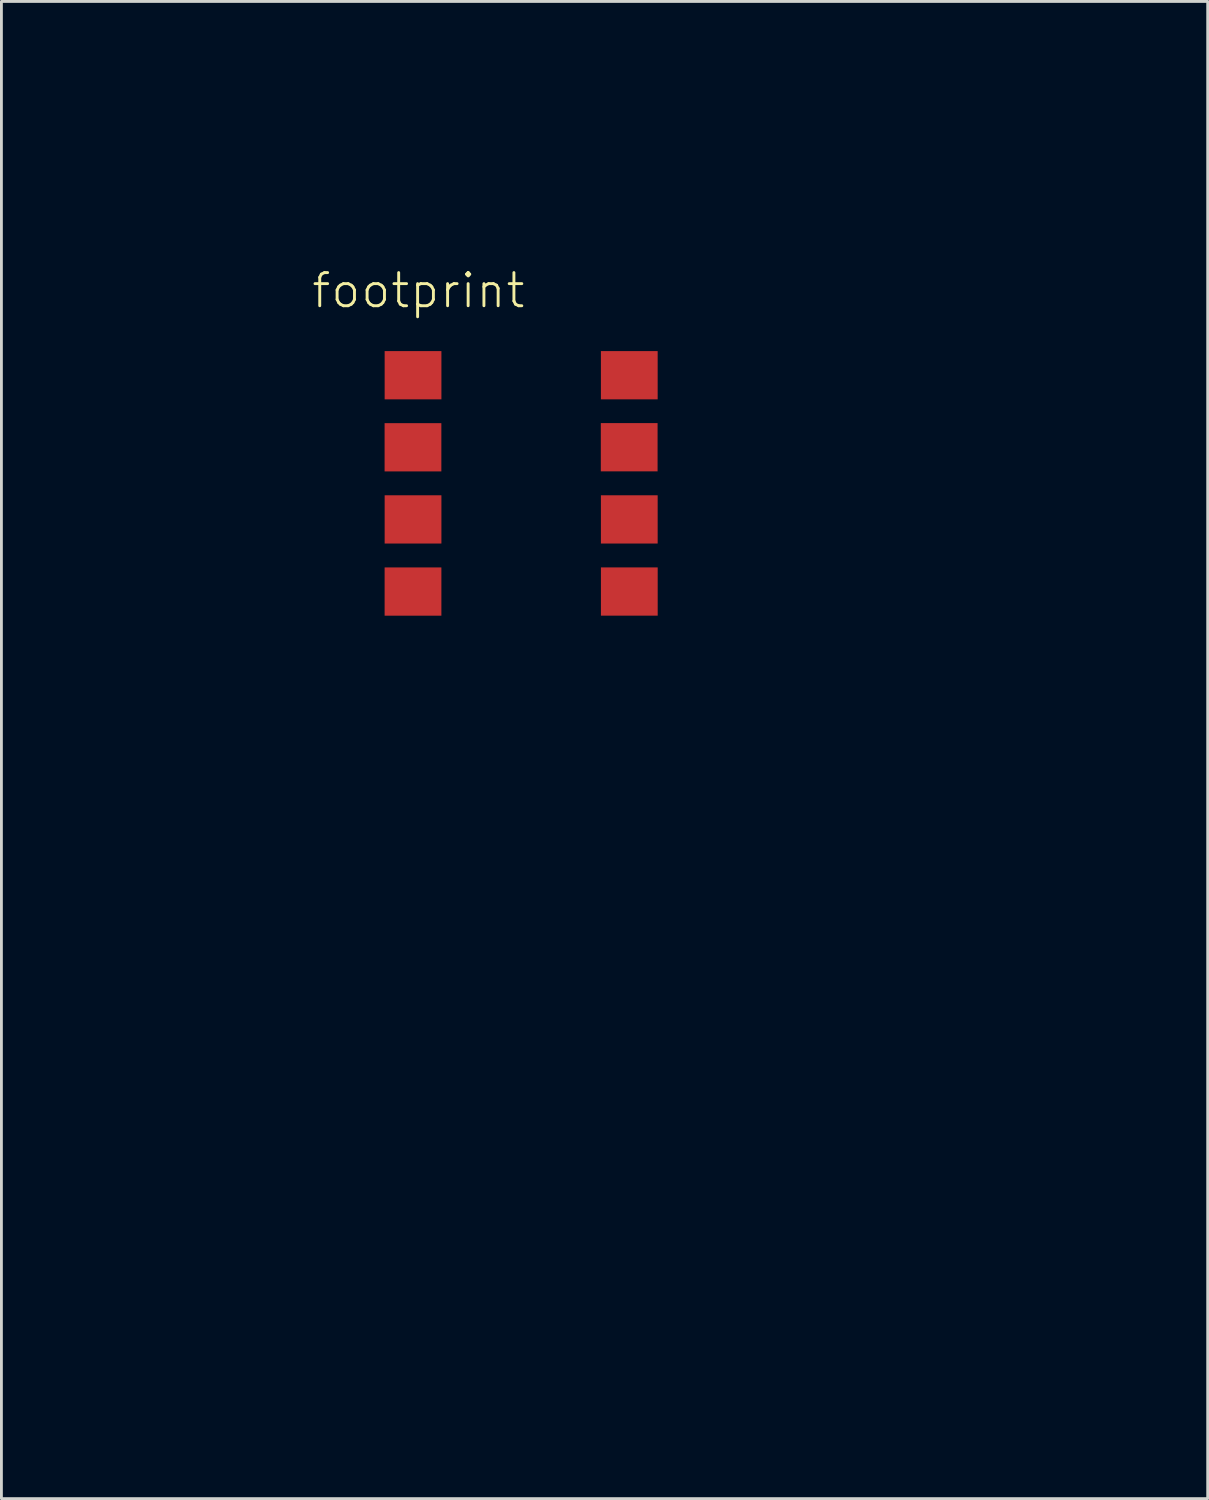
<source format=kicad_pcb>
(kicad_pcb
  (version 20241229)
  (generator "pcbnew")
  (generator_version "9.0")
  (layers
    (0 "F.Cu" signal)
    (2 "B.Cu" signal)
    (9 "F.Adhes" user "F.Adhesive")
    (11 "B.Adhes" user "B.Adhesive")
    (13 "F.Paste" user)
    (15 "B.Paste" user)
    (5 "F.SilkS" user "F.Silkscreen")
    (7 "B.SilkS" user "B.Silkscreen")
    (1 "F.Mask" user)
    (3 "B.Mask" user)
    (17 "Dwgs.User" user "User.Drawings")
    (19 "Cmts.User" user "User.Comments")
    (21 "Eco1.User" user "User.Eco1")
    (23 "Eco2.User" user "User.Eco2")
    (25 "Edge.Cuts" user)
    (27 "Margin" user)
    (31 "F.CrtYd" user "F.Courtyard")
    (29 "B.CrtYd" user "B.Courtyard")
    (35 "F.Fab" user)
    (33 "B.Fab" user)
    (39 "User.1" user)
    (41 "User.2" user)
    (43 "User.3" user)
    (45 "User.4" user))
  (footprint "footprint"
    (layer "F.Cu")
    (at 0.25 0.25)
    (property "Reference" "footprint" (at 7.62 7.62 0) (layer "F.SilkS") (effects (font (size 1.168 1.168) (thickness 0.102)) (justify left bottom)))
    (fp_line (start 0 46.5) (end 0 2.25) (stroke (width 0.0002) (type solid)) (layer "F.SilkS"))
    (fp_line (start 2.25 0) (end 36.25 0) (stroke (width 0.0002) (type solid)) (layer "F.SilkS"))
    (fp_arc (start 0 2.25) (mid 0.65901 0.65901) (end 2.25 0) (stroke (width 0.0002) (type solid)) (layer "F.SilkS"))
    (pad "C1" smd rect (at 18.872 17.541) (size 2 1.7) (layers "F.Cu" "F.Mask" "F.Paste"))
    (pad "C2" smd rect (at 18.871 15) (size 2 1.7) (layers "F.Cu" "F.Mask" "F.Paste"))
    (pad "C3" smd rect (at 18.868 12.457) (size 2 1.7) (layers "F.Cu" "F.Mask" "F.Paste"))
    (pad "C4" smd rect (at 18.871 9.92) (size 2 1.7) (layers "F.Cu" "F.Mask" "F.Paste"))
    (pad "C5" smd rect (at 11.251 17.542) (size 2 1.7) (layers "F.Cu" "F.Mask" "F.Paste"))
    (pad "C6" smd rect (at 11.252 15) (size 2 1.7) (layers "F.Cu" "F.Mask" "F.Paste"))
    (pad "C7" smd rect (at 11.25 12.459) (size 2 1.7) (layers "F.Cu" "F.Mask" "F.Paste"))
    (pad "C8" smd rect (at 11.252 9.92) (size 2 1.7) (layers "F.Cu" "F.Mask" "F.Paste")))
  (gr_rect
    (start -3 -3)
    (end 39.5 49.75)
    (stroke (width 0.1) (type default))
    (fill no)
    (layer "Edge.Cuts")))
</source>
